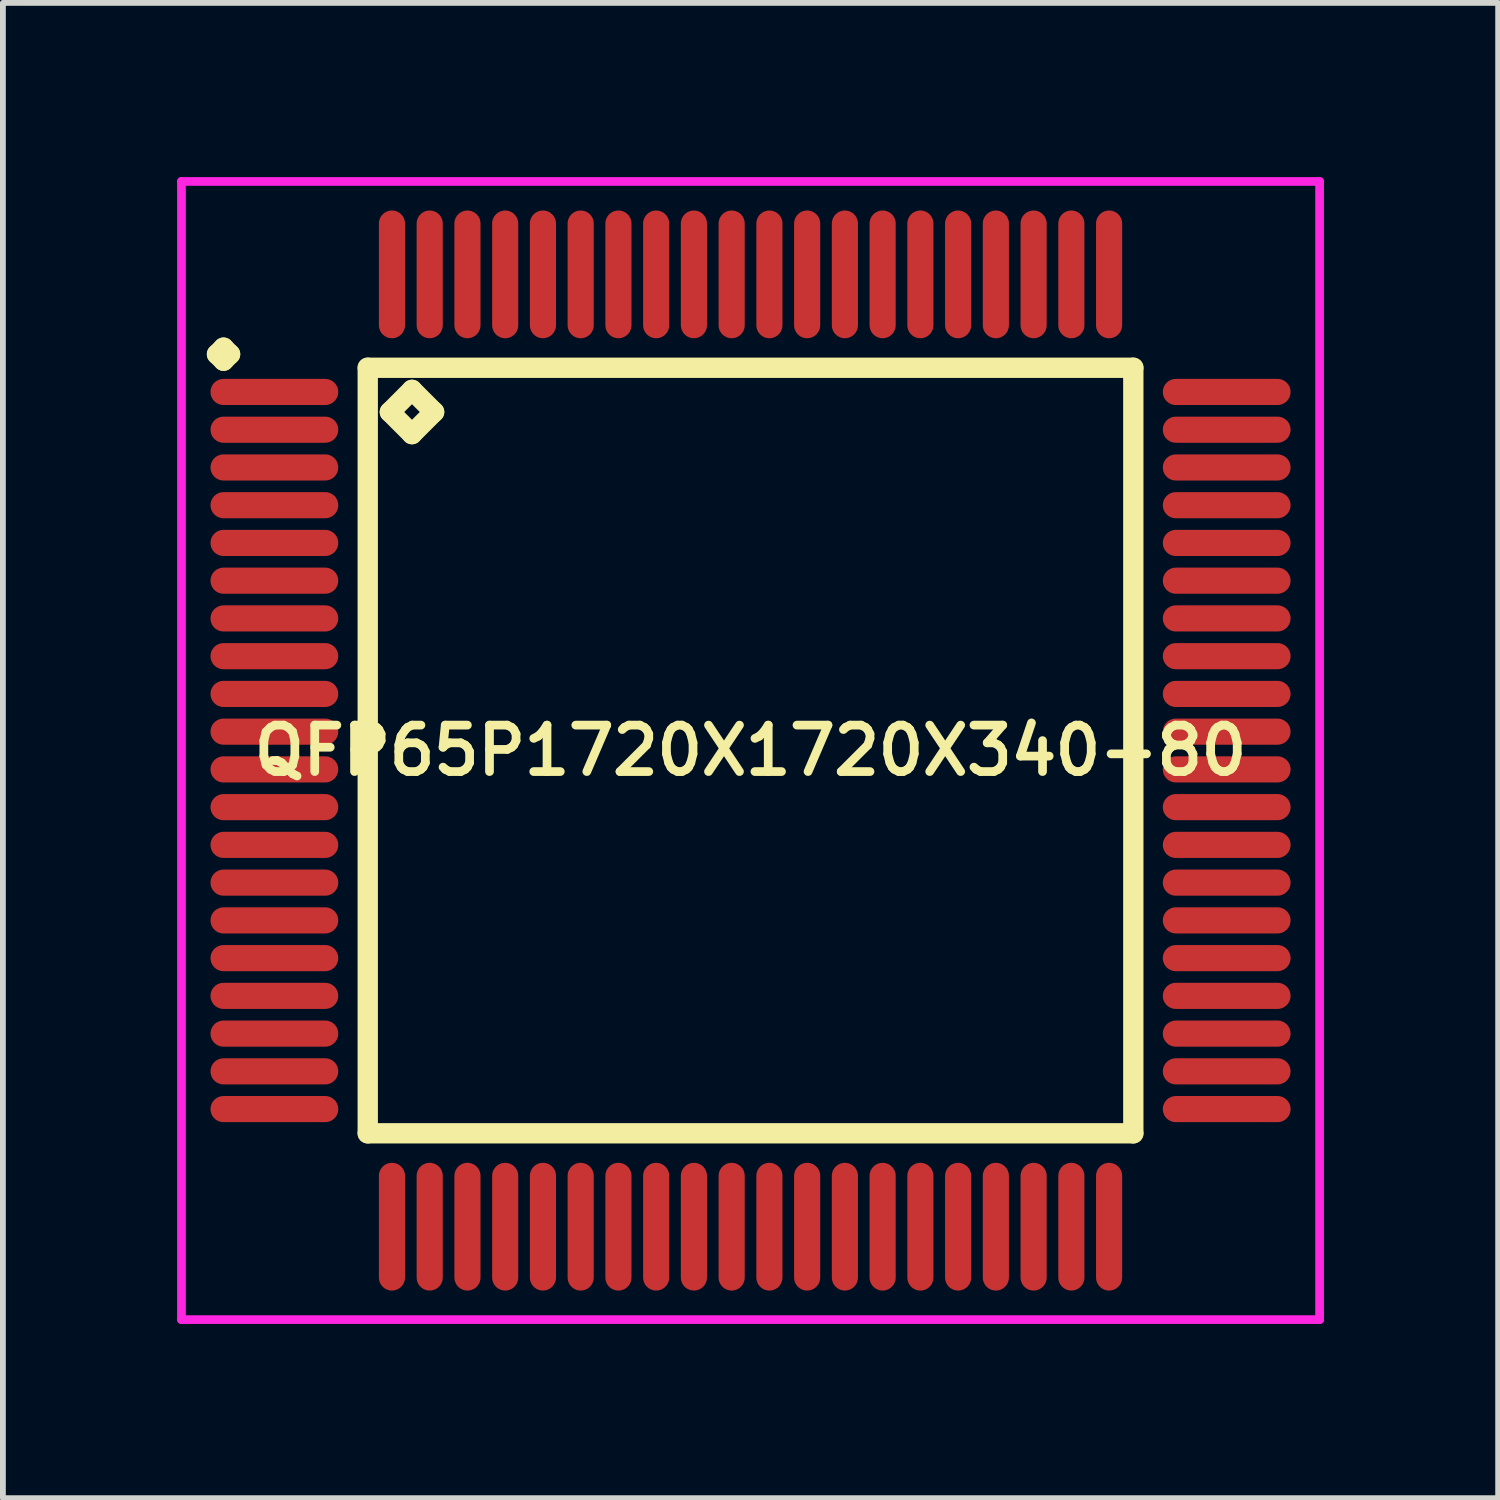
<source format=kicad_pcb>
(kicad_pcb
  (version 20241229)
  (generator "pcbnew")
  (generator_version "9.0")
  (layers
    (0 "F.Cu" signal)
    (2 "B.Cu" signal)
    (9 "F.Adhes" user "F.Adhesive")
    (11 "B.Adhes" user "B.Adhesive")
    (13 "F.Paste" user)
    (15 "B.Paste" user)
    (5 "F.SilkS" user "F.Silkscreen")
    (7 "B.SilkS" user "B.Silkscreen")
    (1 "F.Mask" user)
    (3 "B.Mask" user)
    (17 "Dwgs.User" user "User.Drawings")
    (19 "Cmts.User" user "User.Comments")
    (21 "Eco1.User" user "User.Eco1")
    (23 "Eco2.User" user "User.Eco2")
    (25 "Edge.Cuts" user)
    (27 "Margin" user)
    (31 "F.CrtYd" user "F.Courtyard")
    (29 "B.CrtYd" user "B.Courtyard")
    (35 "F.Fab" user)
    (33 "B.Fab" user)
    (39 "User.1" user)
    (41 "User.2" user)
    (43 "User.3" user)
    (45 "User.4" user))
  (footprint "QFP65P1720X1720X340-80"
    (layer "F.Cu")
    (at 9.875 9.875)
    (property "Reference" "QFP65P1720X1720X340-80" (at 0 0 0) (layer "F.SilkS") (effects (font (size 0.8 0.8) (thickness 0.15))))
    (attr smd)
    (fp_line (start -9.188 -6.825) (end -9.075 -6.938) (stroke (width 0.35) (type solid)) (layer "F.SilkS"))
    (fp_line (start -9.075 -6.938) (end -8.963 -6.825) (stroke (width 0.35) (type solid)) (layer "F.SilkS"))
    (fp_line (start -9.075 -6.713) (end -9.188 -6.825) (stroke (width 0.35) (type solid)) (layer "F.SilkS"))
    (fp_line (start -8.963 -6.825) (end -9.075 -6.713) (stroke (width 0.35) (type solid)) (layer "F.SilkS"))
    (fp_line (start -6.592 -6.592) (end -6.592 6.592) (stroke (width 0.35) (type solid)) (layer "F.SilkS"))
    (fp_line (start -6.592 6.592) (end 6.592 6.592) (stroke (width 0.35) (type solid)) (layer "F.SilkS"))
    (fp_line (start -6.211 -5.83) (end -5.83 -6.211) (stroke (width 0.35) (type solid)) (layer "F.SilkS"))
    (fp_line (start -5.83 -6.211) (end -5.449 -5.83) (stroke (width 0.35) (type solid)) (layer "F.SilkS"))
    (fp_line (start -5.83 -5.449) (end -6.211 -5.83) (stroke (width 0.35) (type solid)) (layer "F.SilkS"))
    (fp_line (start -5.449 -5.83) (end -5.83 -5.449) (stroke (width 0.35) (type solid)) (layer "F.SilkS"))
    (fp_line (start 6.592 -6.592) (end -6.592 -6.592) (stroke (width 0.35) (type solid)) (layer "F.SilkS"))
    (fp_line (start 6.592 6.592) (end 6.592 -6.592) (stroke (width 0.35) (type solid)) (layer "F.SilkS"))
    (fp_line (start -9.8 -9.8) (end 9.8 -9.8) (stroke (width 0.15) (type solid)) (layer "F.CrtYd"))
    (fp_line (start -9.8 9.8) (end -9.8 -9.8) (stroke (width 0.15) (type solid)) (layer "F.CrtYd"))
    (fp_line (start 9.8 -9.8) (end 9.8 9.8) (stroke (width 0.15) (type solid)) (layer "F.CrtYd"))
    (fp_line (start 9.8 9.8) (end -9.8 9.8) (stroke (width 0.15) (type solid)) (layer "F.CrtYd"))
    (pad "1" smd oval (at -8.2 -6.175) (size 2.2 0.45) (layers "F.Cu" "F.Mask" "F.Paste"))
    (pad "2" smd oval (at -8.2 -5.525) (size 2.2 0.45) (layers "F.Cu" "F.Mask" "F.Paste"))
    (pad "3" smd oval (at -8.2 -4.875) (size 2.2 0.45) (layers "F.Cu" "F.Mask" "F.Paste"))
    (pad "4" smd oval (at -8.2 -4.225) (size 2.2 0.45) (layers "F.Cu" "F.Mask" "F.Paste"))
    (pad "5" smd oval (at -8.2 -3.575) (size 2.2 0.45) (layers "F.Cu" "F.Mask" "F.Paste"))
    (pad "6" smd oval (at -8.2 -2.925) (size 2.2 0.45) (layers "F.Cu" "F.Mask" "F.Paste"))
    (pad "7" smd oval (at -8.2 -2.275) (size 2.2 0.45) (layers "F.Cu" "F.Mask" "F.Paste"))
    (pad "8" smd oval (at -8.2 -1.625) (size 2.2 0.45) (layers "F.Cu" "F.Mask" "F.Paste"))
    (pad "9" smd oval (at -8.2 -0.975) (size 2.2 0.45) (layers "F.Cu" "F.Mask" "F.Paste"))
    (pad "10" smd oval (at -8.2 -0.325) (size 2.2 0.45) (layers "F.Cu" "F.Mask" "F.Paste"))
    (pad "11" smd oval (at -8.2 0.325) (size 2.2 0.45) (layers "F.Cu" "F.Mask" "F.Paste"))
    (pad "12" smd oval (at -8.2 0.975) (size 2.2 0.45) (layers "F.Cu" "F.Mask" "F.Paste"))
    (pad "13" smd oval (at -8.2 1.625) (size 2.2 0.45) (layers "F.Cu" "F.Mask" "F.Paste"))
    (pad "14" smd oval (at -8.2 2.275) (size 2.2 0.45) (layers "F.Cu" "F.Mask" "F.Paste"))
    (pad "15" smd oval (at -8.2 2.925) (size 2.2 0.45) (layers "F.Cu" "F.Mask" "F.Paste"))
    (pad "16" smd oval (at -8.2 3.575) (size 2.2 0.45) (layers "F.Cu" "F.Mask" "F.Paste"))
    (pad "17" smd oval (at -8.2 4.225) (size 2.2 0.45) (layers "F.Cu" "F.Mask" "F.Paste"))
    (pad "18" smd oval (at -8.2 4.875) (size 2.2 0.45) (layers "F.Cu" "F.Mask" "F.Paste"))
    (pad "19" smd oval (at -8.2 5.525) (size 2.2 0.45) (layers "F.Cu" "F.Mask" "F.Paste"))
    (pad "20" smd oval (at -8.2 6.175) (size 2.2 0.45) (layers "F.Cu" "F.Mask" "F.Paste"))
    (pad "21" smd oval (at -6.175 8.2) (size 0.45 2.2) (layers "F.Cu" "F.Mask" "F.Paste"))
    (pad "22" smd oval (at -5.525 8.2) (size 0.45 2.2) (layers "F.Cu" "F.Mask" "F.Paste"))
    (pad "23" smd oval (at -4.875 8.2) (size 0.45 2.2) (layers "F.Cu" "F.Mask" "F.Paste"))
    (pad "24" smd oval (at -4.225 8.2) (size 0.45 2.2) (layers "F.Cu" "F.Mask" "F.Paste"))
    (pad "25" smd oval (at -3.575 8.2) (size 0.45 2.2) (layers "F.Cu" "F.Mask" "F.Paste"))
    (pad "26" smd oval (at -2.925 8.2) (size 0.45 2.2) (layers "F.Cu" "F.Mask" "F.Paste"))
    (pad "27" smd oval (at -2.275 8.2) (size 0.45 2.2) (layers "F.Cu" "F.Mask" "F.Paste"))
    (pad "28" smd oval (at -1.625 8.2) (size 0.45 2.2) (layers "F.Cu" "F.Mask" "F.Paste"))
    (pad "29" smd oval (at -0.975 8.2) (size 0.45 2.2) (layers "F.Cu" "F.Mask" "F.Paste"))
    (pad "30" smd oval (at -0.325 8.2) (size 0.45 2.2) (layers "F.Cu" "F.Mask" "F.Paste"))
    (pad "31" smd oval (at 0.325 8.2) (size 0.45 2.2) (layers "F.Cu" "F.Mask" "F.Paste"))
    (pad "32" smd oval (at 0.975 8.2) (size 0.45 2.2) (layers "F.Cu" "F.Mask" "F.Paste"))
    (pad "33" smd oval (at 1.625 8.2) (size 0.45 2.2) (layers "F.Cu" "F.Mask" "F.Paste"))
    (pad "34" smd oval (at 2.275 8.2) (size 0.45 2.2) (layers "F.Cu" "F.Mask" "F.Paste"))
    (pad "35" smd oval (at 2.925 8.2) (size 0.45 2.2) (layers "F.Cu" "F.Mask" "F.Paste"))
    (pad "36" smd oval (at 3.575 8.2) (size 0.45 2.2) (layers "F.Cu" "F.Mask" "F.Paste"))
    (pad "37" smd oval (at 4.225 8.2) (size 0.45 2.2) (layers "F.Cu" "F.Mask" "F.Paste"))
    (pad "38" smd oval (at 4.875 8.2) (size 0.45 2.2) (layers "F.Cu" "F.Mask" "F.Paste"))
    (pad "39" smd oval (at 5.525 8.2) (size 0.45 2.2) (layers "F.Cu" "F.Mask" "F.Paste"))
    (pad "40" smd oval (at 6.175 8.2) (size 0.45 2.2) (layers "F.Cu" "F.Mask" "F.Paste"))
    (pad "41" smd oval (at 8.2 6.175) (size 2.2 0.45) (layers "F.Cu" "F.Mask" "F.Paste"))
    (pad "42" smd oval (at 8.2 5.525) (size 2.2 0.45) (layers "F.Cu" "F.Mask" "F.Paste"))
    (pad "43" smd oval (at 8.2 4.875) (size 2.2 0.45) (layers "F.Cu" "F.Mask" "F.Paste"))
    (pad "44" smd oval (at 8.2 4.225) (size 2.2 0.45) (layers "F.Cu" "F.Mask" "F.Paste"))
    (pad "45" smd oval (at 8.2 3.575) (size 2.2 0.45) (layers "F.Cu" "F.Mask" "F.Paste"))
    (pad "46" smd oval (at 8.2 2.925) (size 2.2 0.45) (layers "F.Cu" "F.Mask" "F.Paste"))
    (pad "47" smd oval (at 8.2 2.275) (size 2.2 0.45) (layers "F.Cu" "F.Mask" "F.Paste"))
    (pad "48" smd oval (at 8.2 1.625) (size 2.2 0.45) (layers "F.Cu" "F.Mask" "F.Paste"))
    (pad "49" smd oval (at 8.2 0.975) (size 2.2 0.45) (layers "F.Cu" "F.Mask" "F.Paste"))
    (pad "50" smd oval (at 8.2 0.325) (size 2.2 0.45) (layers "F.Cu" "F.Mask" "F.Paste"))
    (pad "51" smd oval (at 8.2 -0.325) (size 2.2 0.45) (layers "F.Cu" "F.Mask" "F.Paste"))
    (pad "52" smd oval (at 8.2 -0.975) (size 2.2 0.45) (layers "F.Cu" "F.Mask" "F.Paste"))
    (pad "53" smd oval (at 8.2 -1.625) (size 2.2 0.45) (layers "F.Cu" "F.Mask" "F.Paste"))
    (pad "54" smd oval (at 8.2 -2.275) (size 2.2 0.45) (layers "F.Cu" "F.Mask" "F.Paste"))
    (pad "55" smd oval (at 8.2 -2.925) (size 2.2 0.45) (layers "F.Cu" "F.Mask" "F.Paste"))
    (pad "56" smd oval (at 8.2 -3.575) (size 2.2 0.45) (layers "F.Cu" "F.Mask" "F.Paste"))
    (pad "57" smd oval (at 8.2 -4.225) (size 2.2 0.45) (layers "F.Cu" "F.Mask" "F.Paste"))
    (pad "58" smd oval (at 8.2 -4.875) (size 2.2 0.45) (layers "F.Cu" "F.Mask" "F.Paste"))
    (pad "59" smd oval (at 8.2 -5.525) (size 2.2 0.45) (layers "F.Cu" "F.Mask" "F.Paste"))
    (pad "60" smd oval (at 8.2 -6.175) (size 2.2 0.45) (layers "F.Cu" "F.Mask" "F.Paste"))
    (pad "61" smd oval (at 6.175 -8.2) (size 0.45 2.2) (layers "F.Cu" "F.Mask" "F.Paste"))
    (pad "62" smd oval (at 5.525 -8.2) (size 0.45 2.2) (layers "F.Cu" "F.Mask" "F.Paste"))
    (pad "63" smd oval (at 4.875 -8.2) (size 0.45 2.2) (layers "F.Cu" "F.Mask" "F.Paste"))
    (pad "64" smd oval (at 4.225 -8.2) (size 0.45 2.2) (layers "F.Cu" "F.Mask" "F.Paste"))
    (pad "65" smd oval (at 3.575 -8.2) (size 0.45 2.2) (layers "F.Cu" "F.Mask" "F.Paste"))
    (pad "66" smd oval (at 2.925 -8.2) (size 0.45 2.2) (layers "F.Cu" "F.Mask" "F.Paste"))
    (pad "67" smd oval (at 2.275 -8.2) (size 0.45 2.2) (layers "F.Cu" "F.Mask" "F.Paste"))
    (pad "68" smd oval (at 1.625 -8.2) (size 0.45 2.2) (layers "F.Cu" "F.Mask" "F.Paste"))
    (pad "69" smd oval (at 0.975 -8.2) (size 0.45 2.2) (layers "F.Cu" "F.Mask" "F.Paste"))
    (pad "70" smd oval (at 0.325 -8.2) (size 0.45 2.2) (layers "F.Cu" "F.Mask" "F.Paste"))
    (pad "71" smd oval (at -0.325 -8.2) (size 0.45 2.2) (layers "F.Cu" "F.Mask" "F.Paste"))
    (pad "72" smd oval (at -0.975 -8.2) (size 0.45 2.2) (layers "F.Cu" "F.Mask" "F.Paste"))
    (pad "73" smd oval (at -1.625 -8.2) (size 0.45 2.2) (layers "F.Cu" "F.Mask" "F.Paste"))
    (pad "74" smd oval (at -2.275 -8.2) (size 0.45 2.2) (layers "F.Cu" "F.Mask" "F.Paste"))
    (pad "75" smd oval (at -2.925 -8.2) (size 0.45 2.2) (layers "F.Cu" "F.Mask" "F.Paste"))
    (pad "76" smd oval (at -3.575 -8.2) (size 0.45 2.2) (layers "F.Cu" "F.Mask" "F.Paste"))
    (pad "77" smd oval (at -4.225 -8.2) (size 0.45 2.2) (layers "F.Cu" "F.Mask" "F.Paste"))
    (pad "78" smd oval (at -4.875 -8.2) (size 0.45 2.2) (layers "F.Cu" "F.Mask" "F.Paste"))
    (pad "79" smd oval (at -5.525 -8.2) (size 0.45 2.2) (layers "F.Cu" "F.Mask" "F.Paste"))
    (pad "80" smd oval (at -6.175 -8.2) (size 0.45 2.2) (layers "F.Cu" "F.Mask" "F.Paste")))
  (gr_rect
    (start -3 -3)
    (end 22.75 22.75)
    (stroke (width 0.1) (type default))
    (fill no)
    (layer "Edge.Cuts")))
</source>
